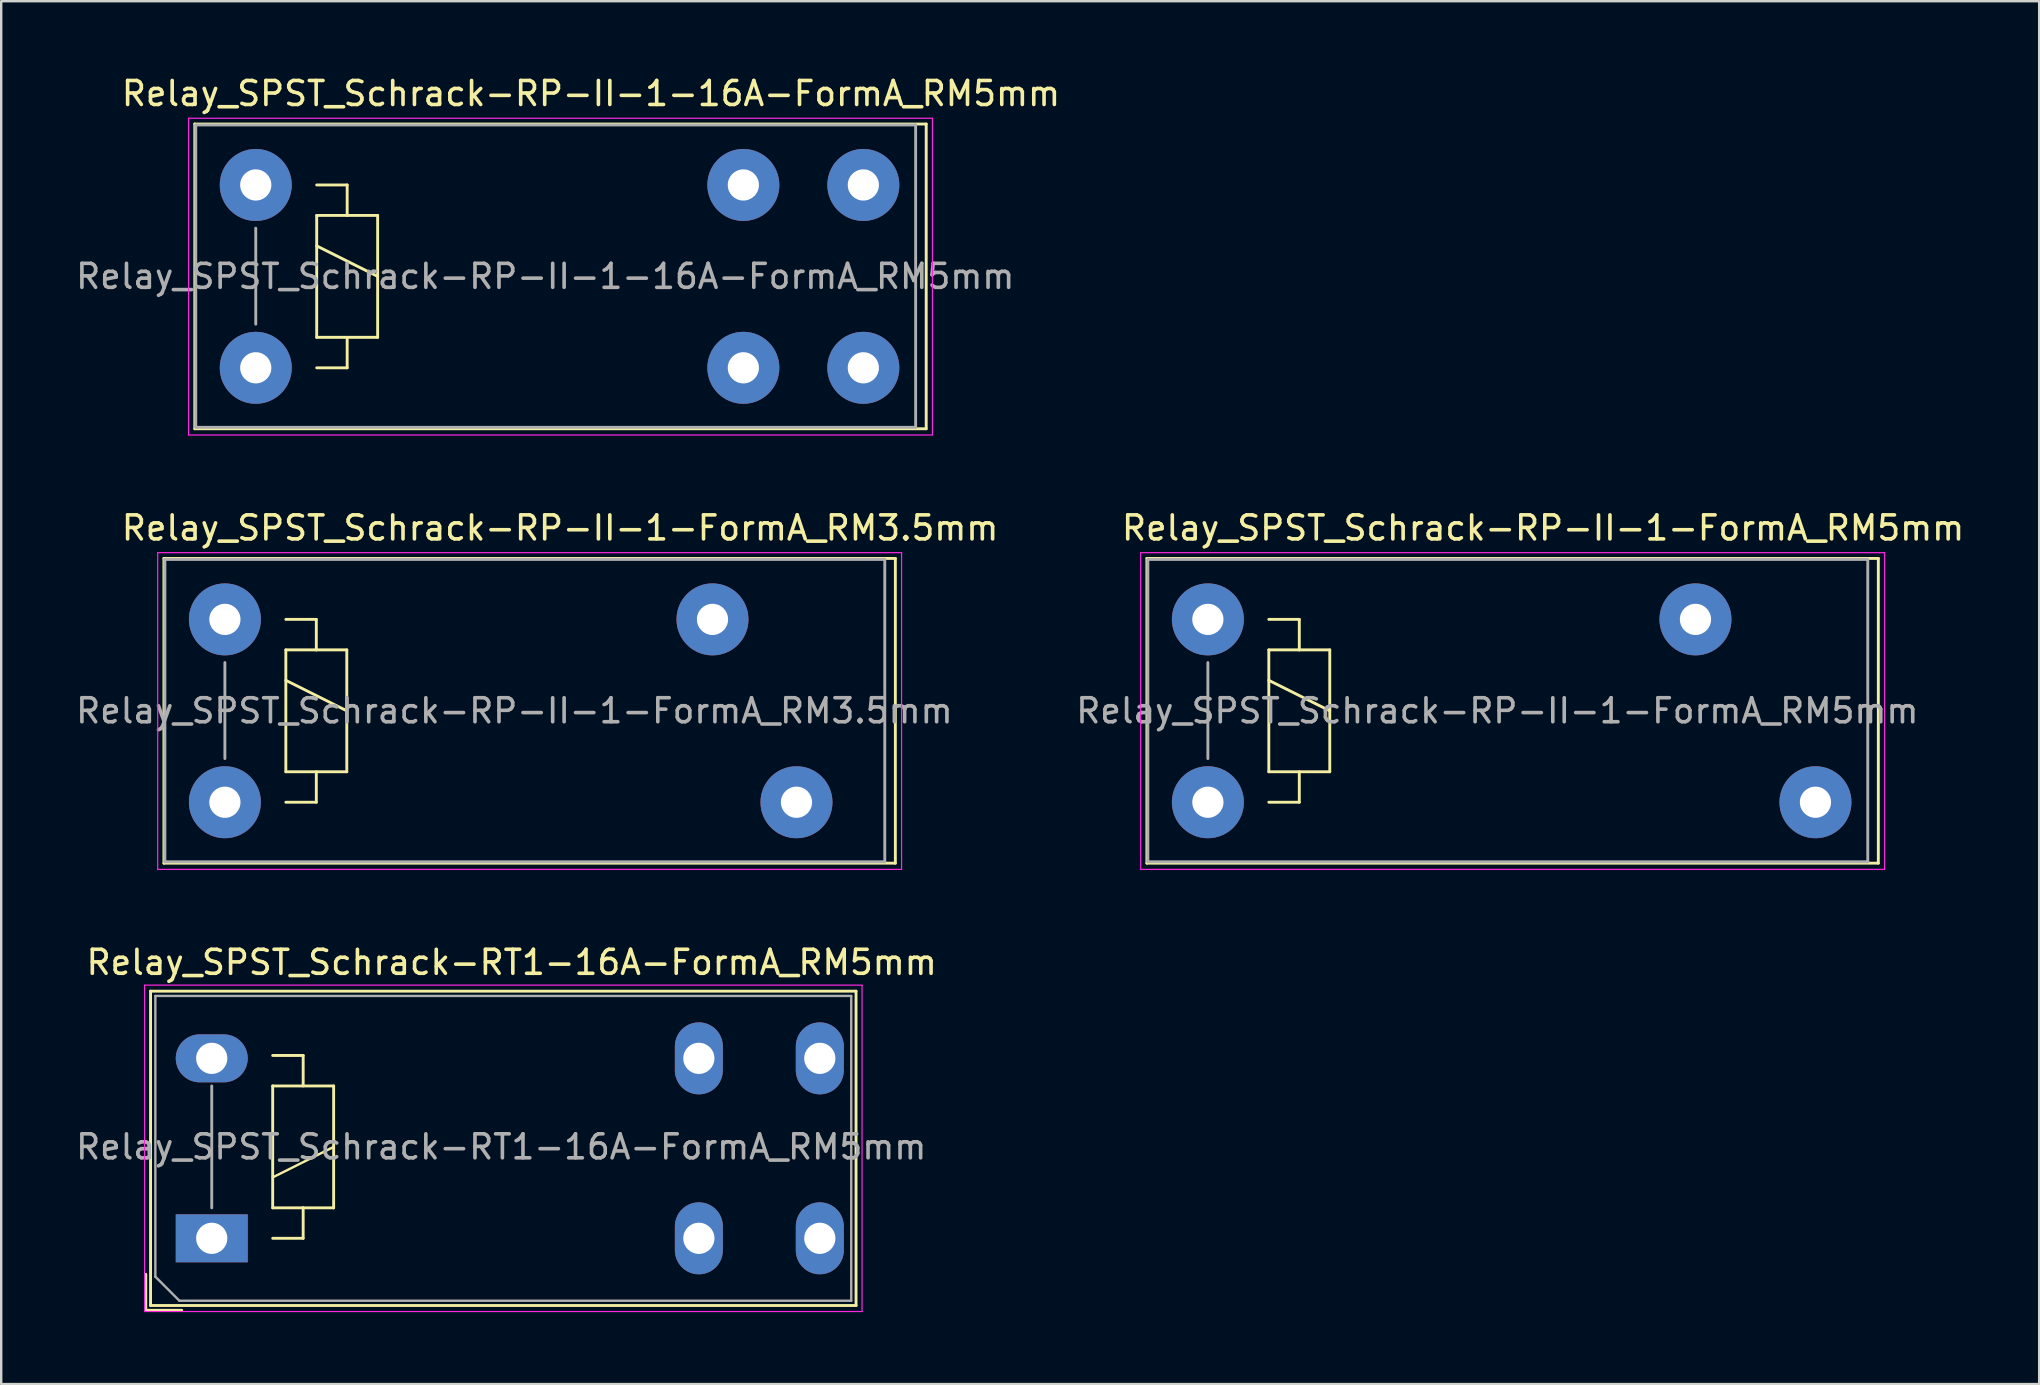
<source format=kicad_pcb>
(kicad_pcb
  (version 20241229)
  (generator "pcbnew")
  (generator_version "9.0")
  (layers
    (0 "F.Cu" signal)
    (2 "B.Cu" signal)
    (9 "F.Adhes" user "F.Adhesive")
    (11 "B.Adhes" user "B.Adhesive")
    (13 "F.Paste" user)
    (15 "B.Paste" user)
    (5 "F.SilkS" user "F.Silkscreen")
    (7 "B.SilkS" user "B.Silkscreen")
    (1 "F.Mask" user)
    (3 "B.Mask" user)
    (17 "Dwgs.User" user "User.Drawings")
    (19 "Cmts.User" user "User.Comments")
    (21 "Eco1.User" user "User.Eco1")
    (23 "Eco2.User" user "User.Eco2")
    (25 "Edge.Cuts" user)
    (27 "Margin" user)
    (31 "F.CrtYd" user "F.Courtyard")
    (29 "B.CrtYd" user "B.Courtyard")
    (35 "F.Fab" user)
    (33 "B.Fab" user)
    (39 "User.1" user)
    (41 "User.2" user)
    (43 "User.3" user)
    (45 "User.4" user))
  (footprint "Relay_SPST_Schrack-RP-II-1-FormA_RM3.5mm"
    (layer "F.Cu")
    (at 6.322 22.762)
    (property "Reference" "Relay_SPST_Schrack-RP-II-1-FormA_RM3.5mm" (at 13.97 -3.81 0) (layer "F.SilkS") (effects (font (size 1 1) (thickness 0.15))))
    (attr through_hole)
    (fp_line (start -2.54 -2.54) (end 27.94 -2.54) (stroke (width 0.12) (type solid)) (layer "F.SilkS"))
    (fp_line (start -2.54 10.16) (end -2.54 -2.54) (stroke (width 0.12) (type solid)) (layer "F.SilkS"))
    (fp_line (start 2.54 0) (end 3.81 0) (stroke (width 0.12) (type solid)) (layer "F.SilkS"))
    (fp_line (start 2.54 1.27) (end 3.81 1.27) (stroke (width 0.12) (type solid)) (layer "F.SilkS"))
    (fp_line (start 2.54 2.54) (end 5.08 3.81) (stroke (width 0.12) (type solid)) (layer "F.SilkS"))
    (fp_line (start 2.54 6.35) (end 2.54 1.27) (stroke (width 0.12) (type solid)) (layer "F.SilkS"))
    (fp_line (start 3.81 0) (end 3.81 1.27) (stroke (width 0.12) (type solid)) (layer "F.SilkS"))
    (fp_line (start 3.81 1.27) (end 5.08 1.27) (stroke (width 0.12) (type solid)) (layer "F.SilkS"))
    (fp_line (start 3.81 6.35) (end 3.81 7.62) (stroke (width 0.12) (type solid)) (layer "F.SilkS"))
    (fp_line (start 3.81 7.62) (end 2.54 7.62) (stroke (width 0.12) (type solid)) (layer "F.SilkS"))
    (fp_line (start 5.08 1.27) (end 5.08 6.35) (stroke (width 0.12) (type solid)) (layer "F.SilkS"))
    (fp_line (start 5.08 6.35) (end 2.54 6.35) (stroke (width 0.12) (type solid)) (layer "F.SilkS"))
    (fp_line (start 27.94 -2.54) (end 27.94 10.16) (stroke (width 0.12) (type solid)) (layer "F.SilkS"))
    (fp_line (start 27.94 10.16) (end -2.54 10.16) (stroke (width 0.12) (type solid)) (layer "F.SilkS"))
    (fp_line (start -2.8 -2.78) (end 28.2 -2.78) (stroke (width 0.05) (type solid)) (layer "F.CrtYd"))
    (fp_line (start -2.8 10.42) (end -2.8 -2.78) (stroke (width 0.05) (type solid)) (layer "F.CrtYd"))
    (fp_line (start 28.2 -2.78) (end 28.2 10.42) (stroke (width 0.05) (type solid)) (layer "F.CrtYd"))
    (fp_line (start 28.2 10.42) (end -2.8 10.42) (stroke (width 0.05) (type solid)) (layer "F.CrtYd"))
    (fp_line (start -2.5 -2.5) (end 27.5 -2.5) (stroke (width 0.12) (type solid)) (layer "F.Fab"))
    (fp_line (start -2.5 10.1) (end -2.5 -2.5) (stroke (width 0.12) (type solid)) (layer "F.Fab"))
    (fp_line (start 0 1.8) (end 0 5.8) (stroke (width 0.12) (type solid)) (layer "F.Fab"))
    (fp_line (start 27.5 -2.5) (end 27.5 10.1) (stroke (width 0.12) (type solid)) (layer "F.Fab"))
    (fp_line (start 27.5 10.1) (end -2.5 10.1) (stroke (width 0.12) (type solid)) (layer "F.Fab"))
    (fp_text user "${REFERENCE}" (at 12.065 3.81 0) (layer "F.Fab") (effects (font (size 1 1) (thickness 0.15))))
    (pad "11" thru_hole circle (at 20.32 0) (size 3 3) (drill 1.3) (layers "*.Cu" "*.Mask"))
    (pad "14" thru_hole circle (at 23.82 7.62) (size 3 3) (drill 1.3) (layers "*.Cu" "*.Mask"))
    (pad "A1" thru_hole circle (at 0 0) (size 3 3) (drill 1.3) (layers "*.Cu" "*.Mask"))
    (pad "A2" thru_hole circle (at 0 7.62) (size 3 3) (drill 1.3) (layers "*.Cu" "*.Mask")))
  (footprint "Relay_SPST_Schrack-RP-II-1-16A-FormA_RM5mm"
    (layer "F.Cu")
    (at 7.608 4.658)
    (property "Reference" "Relay_SPST_Schrack-RP-II-1-16A-FormA_RM5mm" (at 13.97 -3.81 0) (layer "F.SilkS") (effects (font (size 1 1) (thickness 0.15))))
    (attr through_hole)
    (fp_line (start -2.54 -2.54) (end 27.94 -2.54) (stroke (width 0.12) (type solid)) (layer "F.SilkS"))
    (fp_line (start -2.54 10.16) (end -2.54 -2.54) (stroke (width 0.12) (type solid)) (layer "F.SilkS"))
    (fp_line (start 2.54 0) (end 3.81 0) (stroke (width 0.12) (type solid)) (layer "F.SilkS"))
    (fp_line (start 2.54 1.27) (end 3.81 1.27) (stroke (width 0.12) (type solid)) (layer "F.SilkS"))
    (fp_line (start 2.54 2.54) (end 5.08 3.81) (stroke (width 0.12) (type solid)) (layer "F.SilkS"))
    (fp_line (start 2.54 6.35) (end 2.54 1.27) (stroke (width 0.12) (type solid)) (layer "F.SilkS"))
    (fp_line (start 3.81 0) (end 3.81 1.27) (stroke (width 0.12) (type solid)) (layer "F.SilkS"))
    (fp_line (start 3.81 1.27) (end 5.08 1.27) (stroke (width 0.12) (type solid)) (layer "F.SilkS"))
    (fp_line (start 3.81 6.35) (end 3.81 7.62) (stroke (width 0.12) (type solid)) (layer "F.SilkS"))
    (fp_line (start 3.81 7.62) (end 2.54 7.62) (stroke (width 0.12) (type solid)) (layer "F.SilkS"))
    (fp_line (start 5.08 1.27) (end 5.08 6.35) (stroke (width 0.12) (type solid)) (layer "F.SilkS"))
    (fp_line (start 5.08 6.35) (end 2.54 6.35) (stroke (width 0.12) (type solid)) (layer "F.SilkS"))
    (fp_line (start 27.94 -2.54) (end 27.94 10.16) (stroke (width 0.12) (type solid)) (layer "F.SilkS"))
    (fp_line (start 27.94 10.16) (end -2.54 10.16) (stroke (width 0.12) (type solid)) (layer "F.SilkS"))
    (fp_line (start -2.8 -2.78) (end 28.2 -2.78) (stroke (width 0.05) (type solid)) (layer "F.CrtYd"))
    (fp_line (start -2.8 10.42) (end -2.8 -2.78) (stroke (width 0.05) (type solid)) (layer "F.CrtYd"))
    (fp_line (start 28.2 -2.78) (end 28.2 10.42) (stroke (width 0.05) (type solid)) (layer "F.CrtYd"))
    (fp_line (start 28.2 10.42) (end -2.8 10.42) (stroke (width 0.05) (type solid)) (layer "F.CrtYd"))
    (fp_line (start -2.5 -2.5) (end 27.5 -2.5) (stroke (width 0.12) (type solid)) (layer "F.Fab"))
    (fp_line (start -2.5 10.1) (end -2.5 -2.5) (stroke (width 0.12) (type solid)) (layer "F.Fab"))
    (fp_line (start 0 1.8) (end 0 5.8) (stroke (width 0.12) (type solid)) (layer "F.Fab"))
    (fp_line (start 27.5 -2.5) (end 27.5 10.1) (stroke (width 0.12) (type solid)) (layer "F.Fab"))
    (fp_line (start 27.5 10.1) (end -2.5 10.1) (stroke (width 0.12) (type solid)) (layer "F.Fab"))
    (fp_text user "${REFERENCE}" (at 12.065 3.81 0) (layer "F.Fab") (effects (font (size 1 1) (thickness 0.15))))
    (pad "11" thru_hole circle (at 20.32 0) (size 3 3) (drill 1.3) (layers "*.Cu" "*.Mask"))
    (pad "11" thru_hole circle (at 20.32 7.62) (size 3 3) (drill 1.3) (layers "*.Cu" "*.Mask"))
    (pad "14" thru_hole circle (at 25.32 0) (size 3 3) (drill 1.3) (layers "*.Cu" "*.Mask"))
    (pad "14" thru_hole circle (at 25.32 7.62) (size 3 3) (drill 1.3) (layers "*.Cu" "*.Mask"))
    (pad "A1" thru_hole circle (at 0 0) (size 3 3) (drill 1.3) (layers "*.Cu" "*.Mask"))
    (pad "A2" thru_hole circle (at 0 7.62) (size 3 3) (drill 1.3) (layers "*.Cu" "*.Mask")))
  (footprint "Relay_SPST_Schrack-RT1-16A-FormA_RM5mm"
    (layer "F.Cu")
    (at 5.774 48.555)
    (property "Reference" "Relay_SPST_Schrack-RT1-16A-FormA_RM5mm" (at 12.5 -11.5 0) (layer "F.SilkS") (effects (font (size 1 1) (thickness 0.15))))
    (attr through_hole)
    (fp_line (start -2.75 1.5) (end -2.75 3) (stroke (width 0.12) (type solid)) (layer "F.SilkS"))
    (fp_line (start -2.75 3) (end -1.25 3) (stroke (width 0.12) (type solid)) (layer "F.SilkS"))
    (fp_line (start -2.55 -10.3) (end -2.55 2.8) (stroke (width 0.12) (type solid)) (layer "F.SilkS"))
    (fp_line (start -2.55 2.8) (end 26.85 2.8) (stroke (width 0.12) (type solid)) (layer "F.SilkS"))
    (fp_line (start 2.54 -6.35) (end 2.54 -1.27) (stroke (width 0.12) (type solid)) (layer "F.SilkS"))
    (fp_line (start 2.54 -2.54) (end 5.08 -3.81) (stroke (width 0.1) (type solid)) (layer "F.SilkS"))
    (fp_line (start 2.54 -1.27) (end 3.81 -1.27) (stroke (width 0.12) (type solid)) (layer "F.SilkS"))
    (fp_line (start 2.54 0) (end 3.81 0) (stroke (width 0.12) (type solid)) (layer "F.SilkS"))
    (fp_line (start 3.81 -7.62) (end 2.54 -7.62) (stroke (width 0.12) (type solid)) (layer "F.SilkS"))
    (fp_line (start 3.81 -6.35) (end 3.81 -7.62) (stroke (width 0.12) (type solid)) (layer "F.SilkS"))
    (fp_line (start 3.81 -1.27) (end 5.08 -1.27) (stroke (width 0.12) (type solid)) (layer "F.SilkS"))
    (fp_line (start 3.81 0) (end 3.81 -1.27) (stroke (width 0.12) (type solid)) (layer "F.SilkS"))
    (fp_line (start 5.08 -6.35) (end 2.54 -6.35) (stroke (width 0.12) (type solid)) (layer "F.SilkS"))
    (fp_line (start 5.08 -1.27) (end 5.08 -6.35) (stroke (width 0.12) (type solid)) (layer "F.SilkS"))
    (fp_line (start 26.85 -10.3) (end -2.55 -10.3) (stroke (width 0.12) (type solid)) (layer "F.SilkS"))
    (fp_line (start 26.85 2.8) (end 26.85 -10.3) (stroke (width 0.12) (type solid)) (layer "F.SilkS"))
    (fp_line (start -2.8 -10.55) (end -2.8 3.05) (stroke (width 0.05) (type solid)) (layer "F.CrtYd"))
    (fp_line (start -2.8 3.05) (end 27.1 3.05) (stroke (width 0.05) (type solid)) (layer "F.CrtYd"))
    (fp_line (start 27.1 -10.55) (end -2.8 -10.55) (stroke (width 0.05) (type solid)) (layer "F.CrtYd"))
    (fp_line (start 27.1 3.05) (end 27.1 -10.55) (stroke (width 0.05) (type solid)) (layer "F.CrtYd"))
    (fp_line (start -2.35 -10.1) (end -2.35 1.6) (stroke (width 0.1) (type solid)) (layer "F.Fab"))
    (fp_line (start -2.35 1.6) (end -1.35 2.6) (stroke (width 0.1) (type solid)) (layer "F.Fab"))
    (fp_line (start -1.35 2.6) (end 26.65 2.6) (stroke (width 0.1) (type solid)) (layer "F.Fab"))
    (fp_line (start 0 -1.27) (end 0 -6.35) (stroke (width 0.12) (type solid)) (layer "F.Fab"))
    (fp_line (start 26.65 -10.1) (end -2.35 -10.1) (stroke (width 0.1) (type solid)) (layer "F.Fab"))
    (fp_line (start 26.65 2.6) (end 26.65 -10.1) (stroke (width 0.1) (type solid)) (layer "F.Fab"))
    (fp_text user "${REFERENCE}" (at 12.065 -3.81 180) (layer "F.Fab") (effects (font (size 1 1) (thickness 0.15))))
    (pad "11" thru_hole oval (at 20.3 -7.5 180) (size 2 3) (drill 1.3) (layers "*.Cu" "*.Mask"))
    (pad "11" thru_hole oval (at 20.3 0 180) (size 2 3) (drill 1.3) (layers "*.Cu" "*.Mask"))
    (pad "14" thru_hole oval (at 25.34 -7.5 180) (size 2 3) (drill 1.3) (layers "*.Cu" "*.Mask"))
    (pad "14" thru_hole oval (at 25.34 0 180) (size 2 3) (drill 1.3) (layers "*.Cu" "*.Mask"))
    (pad "A1" thru_hole rect (at 0 0 180) (size 3 2) (drill 1.3) (layers "*.Cu" "*.Mask"))
    (pad "A2" thru_hole oval (at 0 -7.5 180) (size 3 2) (drill 1.3) (layers "*.Cu" "*.Mask")))
  (footprint "Relay_SPST_Schrack-RP-II-1-FormA_RM5mm"
    (layer "F.Cu")
    (at 47.286 22.762)
    (property "Reference" "Relay_SPST_Schrack-RP-II-1-FormA_RM5mm" (at 13.97 -3.81 0) (layer "F.SilkS") (effects (font (size 1 1) (thickness 0.15))))
    (attr through_hole)
    (fp_line (start -2.54 -2.54) (end 27.94 -2.54) (stroke (width 0.12) (type solid)) (layer "F.SilkS"))
    (fp_line (start -2.54 10.16) (end -2.54 -2.54) (stroke (width 0.12) (type solid)) (layer "F.SilkS"))
    (fp_line (start 2.54 0) (end 3.81 0) (stroke (width 0.12) (type solid)) (layer "F.SilkS"))
    (fp_line (start 2.54 1.27) (end 3.81 1.27) (stroke (width 0.12) (type solid)) (layer "F.SilkS"))
    (fp_line (start 2.54 2.54) (end 5.08 3.81) (stroke (width 0.12) (type solid)) (layer "F.SilkS"))
    (fp_line (start 2.54 6.35) (end 2.54 1.27) (stroke (width 0.12) (type solid)) (layer "F.SilkS"))
    (fp_line (start 3.81 0) (end 3.81 1.27) (stroke (width 0.12) (type solid)) (layer "F.SilkS"))
    (fp_line (start 3.81 1.27) (end 5.08 1.27) (stroke (width 0.12) (type solid)) (layer "F.SilkS"))
    (fp_line (start 3.81 6.35) (end 3.81 7.62) (stroke (width 0.12) (type solid)) (layer "F.SilkS"))
    (fp_line (start 3.81 7.62) (end 2.54 7.62) (stroke (width 0.12) (type solid)) (layer "F.SilkS"))
    (fp_line (start 5.08 1.27) (end 5.08 6.35) (stroke (width 0.12) (type solid)) (layer "F.SilkS"))
    (fp_line (start 5.08 6.35) (end 2.54 6.35) (stroke (width 0.12) (type solid)) (layer "F.SilkS"))
    (fp_line (start 27.94 -2.54) (end 27.94 10.16) (stroke (width 0.12) (type solid)) (layer "F.SilkS"))
    (fp_line (start 27.94 10.16) (end -2.54 10.16) (stroke (width 0.12) (type solid)) (layer "F.SilkS"))
    (fp_line (start -2.8 -2.78) (end 28.2 -2.78) (stroke (width 0.05) (type solid)) (layer "F.CrtYd"))
    (fp_line (start -2.8 10.42) (end -2.8 -2.78) (stroke (width 0.05) (type solid)) (layer "F.CrtYd"))
    (fp_line (start 28.2 -2.78) (end 28.2 10.42) (stroke (width 0.05) (type solid)) (layer "F.CrtYd"))
    (fp_line (start 28.2 10.42) (end -2.8 10.42) (stroke (width 0.05) (type solid)) (layer "F.CrtYd"))
    (fp_line (start -2.5 -2.5) (end 27.5 -2.5) (stroke (width 0.12) (type solid)) (layer "F.Fab"))
    (fp_line (start -2.5 10.1) (end -2.5 -2.5) (stroke (width 0.12) (type solid)) (layer "F.Fab"))
    (fp_line (start 0 1.8) (end 0 5.8) (stroke (width 0.12) (type solid)) (layer "F.Fab"))
    (fp_line (start 27.5 -2.5) (end 27.5 10.1) (stroke (width 0.12) (type solid)) (layer "F.Fab"))
    (fp_line (start 27.5 10.1) (end -2.5 10.1) (stroke (width 0.12) (type solid)) (layer "F.Fab"))
    (fp_text user "${REFERENCE}" (at 12.065 3.81 0) (layer "F.Fab") (effects (font (size 1 1) (thickness 0.15))))
    (pad "11" thru_hole circle (at 20.32 0) (size 3 3) (drill 1.3) (layers "*.Cu" "*.Mask"))
    (pad "14" thru_hole circle (at 25.32 7.62) (size 3 3) (drill 1.3) (layers "*.Cu" "*.Mask"))
    (pad "A1" thru_hole circle (at 0 0) (size 3 3) (drill 1.3) (layers "*.Cu" "*.Mask"))
    (pad "A2" thru_hole circle (at 0 7.62) (size 3 3) (drill 1.3) (layers "*.Cu" "*.Mask")))
  (gr_rect
    (start -3 -3)
    (end 81.929 54.63)
    (stroke (width 0.1) (type default))
    (fill no)
    (layer "Edge.Cuts")))
</source>
